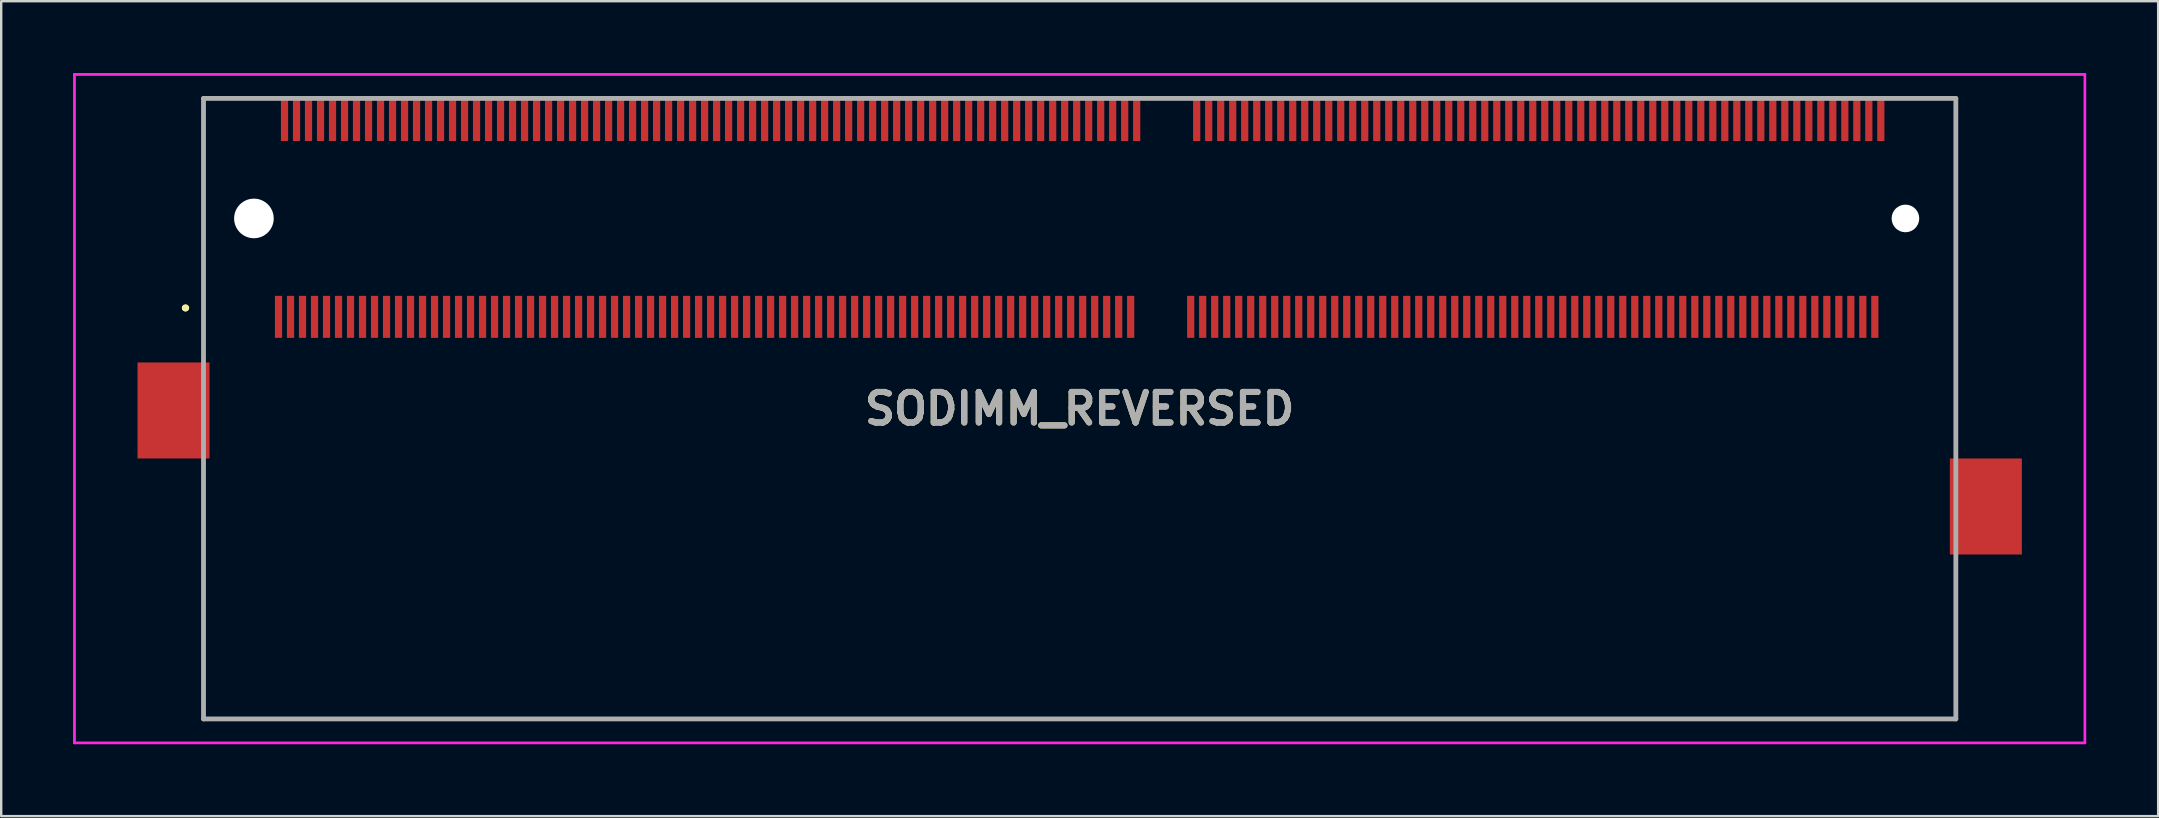
<source format=kicad_pcb>
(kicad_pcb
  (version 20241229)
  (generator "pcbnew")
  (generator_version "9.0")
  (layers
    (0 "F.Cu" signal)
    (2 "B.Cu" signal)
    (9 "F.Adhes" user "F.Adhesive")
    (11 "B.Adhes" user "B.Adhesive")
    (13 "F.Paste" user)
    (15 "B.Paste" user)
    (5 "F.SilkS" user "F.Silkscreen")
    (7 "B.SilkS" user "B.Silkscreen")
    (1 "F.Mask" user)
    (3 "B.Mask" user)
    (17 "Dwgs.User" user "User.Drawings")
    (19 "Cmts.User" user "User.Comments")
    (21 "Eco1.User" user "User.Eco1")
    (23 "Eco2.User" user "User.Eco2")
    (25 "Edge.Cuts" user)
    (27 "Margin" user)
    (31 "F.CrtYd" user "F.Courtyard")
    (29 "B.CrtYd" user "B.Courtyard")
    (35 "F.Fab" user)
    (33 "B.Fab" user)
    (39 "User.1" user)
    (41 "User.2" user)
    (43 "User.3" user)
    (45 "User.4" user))
  (footprint "SODIMM_REVERSED"
    (layer "F.Cu")
    (at 41.928 13.975)
    (property "Reference" "SODIMM_REVERSED" (at 0 0 0) (layer "F.SilkS") (effects (font (size 1.27 1.27) (thickness 0.254))))
    (attr through_hole)
    (fp_line (start -37.3 -4.2) (end -37.3 -4.2) (stroke (width 0.2) (type solid)) (layer "F.SilkS"))
    (fp_line (start -37.3 -4.2) (end -37.3 -4.2) (stroke (width 0.2) (type solid)) (layer "F.SilkS"))
    (fp_line (start -37.2 -4.2) (end -37.2 -4.2) (stroke (width 0.2) (type solid)) (layer "F.SilkS"))
    (fp_line (start -36.5 -12.925) (end -36.5 -12.925) (stroke (width 0.1) (type solid)) (layer "F.SilkS"))
    (fp_line (start -36.5 -12.925) (end -36.5 -12.925) (stroke (width 0.1) (type solid)) (layer "F.SilkS"))
    (fp_line (start -36.5 -12.925) (end -36.5 -3.75) (stroke (width 0.1) (type solid)) (layer "F.SilkS"))
    (fp_line (start -36.5 -12.925) (end -34.4 -12.925) (stroke (width 0.1) (type solid)) (layer "F.SilkS"))
    (fp_line (start -36.5 -3.75) (end -36.5 -12.925) (stroke (width 0.1) (type solid)) (layer "F.SilkS"))
    (fp_line (start -36.5 -3.75) (end -36.5 -3.75) (stroke (width 0.1) (type solid)) (layer "F.SilkS"))
    (fp_line (start -36.5 3.75) (end -36.5 3.75) (stroke (width 0.1) (type solid)) (layer "F.SilkS"))
    (fp_line (start -36.5 3.75) (end -36.5 12.925) (stroke (width 0.1) (type solid)) (layer "F.SilkS"))
    (fp_line (start -36.5 12.925) (end -36.5 3.75) (stroke (width 0.1) (type solid)) (layer "F.SilkS"))
    (fp_line (start -36.5 12.925) (end -36.5 12.925) (stroke (width 0.1) (type solid)) (layer "F.SilkS"))
    (fp_line (start -36.5 12.925) (end -36.5 12.925) (stroke (width 0.1) (type solid)) (layer "F.SilkS"))
    (fp_line (start -36.5 12.925) (end 36.5 12.925) (stroke (width 0.1) (type solid)) (layer "F.SilkS"))
    (fp_line (start -34.4 -12.925) (end -36.5 -12.925) (stroke (width 0.1) (type solid)) (layer "F.SilkS"))
    (fp_line (start -34.4 -12.925) (end -34.4 -12.925) (stroke (width 0.1) (type solid)) (layer "F.SilkS"))
    (fp_line (start 34.4 -12.925) (end 34.4 -12.925) (stroke (width 0.1) (type solid)) (layer "F.SilkS"))
    (fp_line (start 34.4 -12.925) (end 36.5 -12.925) (stroke (width 0.1) (type solid)) (layer "F.SilkS"))
    (fp_line (start 36.5 -12.925) (end 34.4 -12.925) (stroke (width 0.1) (type solid)) (layer "F.SilkS"))
    (fp_line (start 36.5 -12.925) (end 36.5 -12.925) (stroke (width 0.1) (type solid)) (layer "F.SilkS"))
    (fp_line (start 36.5 -12.75) (end 36.5 -12.75) (stroke (width 0.1) (type solid)) (layer "F.SilkS"))
    (fp_line (start 36.5 -12.75) (end 36.5 0.25) (stroke (width 0.1) (type solid)) (layer "F.SilkS"))
    (fp_line (start 36.5 0.25) (end 36.5 -12.75) (stroke (width 0.1) (type solid)) (layer "F.SilkS"))
    (fp_line (start 36.5 0.25) (end 36.5 0.25) (stroke (width 0.1) (type solid)) (layer "F.SilkS"))
    (fp_line (start 36.5 8.25) (end 36.5 8.25) (stroke (width 0.1) (type solid)) (layer "F.SilkS"))
    (fp_line (start 36.5 8.25) (end 36.5 12.925) (stroke (width 0.1) (type solid)) (layer "F.SilkS"))
    (fp_line (start 36.5 12.925) (end -36.5 12.925) (stroke (width 0.1) (type solid)) (layer "F.SilkS"))
    (fp_line (start 36.5 12.925) (end 36.5 8.25) (stroke (width 0.1) (type solid)) (layer "F.SilkS"))
    (fp_line (start 36.5 12.925) (end 36.5 12.925) (stroke (width 0.1) (type solid)) (layer "F.SilkS"))
    (fp_line (start 36.5 12.925) (end 36.5 12.925) (stroke (width 0.1) (type solid)) (layer "F.SilkS"))
    (fp_arc (start -37.3 -4.2) (mid -37.25 -4.25) (end -37.2 -4.2) (stroke (width 0.2) (type solid)) (layer "F.SilkS"))
    (fp_arc (start -37.2 -4.2) (mid -37.25 -4.15) (end -37.3 -4.2) (stroke (width 0.2) (type solid)) (layer "F.SilkS"))
    (fp_arc (start -37.2 -4.2) (mid -37.25 -4.15) (end -37.3 -4.2) (stroke (width 0.2) (type solid)) (layer "F.SilkS"))
    (fp_line (start -41.878 -13.925) (end 41.877 -13.925) (stroke (width 0.1) (type solid)) (layer "F.CrtYd"))
    (fp_line (start -41.878 13.925) (end -41.878 -13.925) (stroke (width 0.1) (type solid)) (layer "F.CrtYd"))
    (fp_line (start -41.877 -13.925) (end 41.878 -13.925) (stroke (width 0.1) (type solid)) (layer "F.CrtYd"))
    (fp_line (start -41.877 13.925) (end -41.877 -13.925) (stroke (width 0.1) (type solid)) (layer "F.CrtYd"))
    (fp_line (start 41.877 -13.925) (end 41.877 13.925) (stroke (width 0.1) (type solid)) (layer "F.CrtYd"))
    (fp_line (start 41.877 13.925) (end -41.878 13.925) (stroke (width 0.1) (type solid)) (layer "F.CrtYd"))
    (fp_line (start 41.878 -13.925) (end 41.878 13.925) (stroke (width 0.1) (type solid)) (layer "F.CrtYd"))
    (fp_line (start 41.878 13.925) (end -41.877 13.925) (stroke (width 0.1) (type solid)) (layer "F.CrtYd"))
    (fp_line (start -36.5 -12.925) (end -36.5 12.925) (stroke (width 0.2) (type solid)) (layer "F.Fab"))
    (fp_line (start -36.5 12.925) (end 36.5 12.925) (stroke (width 0.2) (type solid)) (layer "F.Fab"))
    (fp_line (start 36.5 -12.925) (end -36.5 -12.925) (stroke (width 0.2) (type solid)) (layer "F.Fab"))
    (fp_line (start 36.5 12.925) (end 36.5 -12.925) (stroke (width 0.2) (type solid)) (layer "F.Fab"))
    (fp_text user "${REFERENCE}" (at 0 0 0) (layer "F.Fab") (effects (font (size 1.27 1.27) (thickness 0.254))))
    (pad "" smd rect (at -37.75 0.075) (size 3 4) (layers "F.Cu" "F.Mask"))
    (pad "" np_thru_hole circle (at -34.4 -7.925) (size 1.65 1.65) (drill 1.65) (layers "*.Cu" "*.Mask"))
    (pad "" np_thru_hole circle (at 34.4 -7.925) (size 1.15 1.15) (drill 1.15) (layers "*.Cu" "*.Mask"))
    (pad "" smd rect (at 37.75 4.075) (size 3 4) (layers "F.Cu" "F.Mask"))
    (pad "1" smd rect (at -33.375 -3.825) (size 0.3 1.75) (layers "F.Cu" "F.Mask" "F.Paste"))
    (pad "2" smd rect (at -33.125 -12.025) (size 0.3 1.75) (layers "F.Cu" "F.Mask" "F.Paste"))
    (pad "3" smd rect (at -32.875 -3.825) (size 0.3 1.75) (layers "F.Cu" "F.Mask" "F.Paste"))
    (pad "4" smd rect (at -32.625 -12.025) (size 0.3 1.75) (layers "F.Cu" "F.Mask" "F.Paste"))
    (pad "5" smd rect (at -32.375 -3.825) (size 0.3 1.75) (layers "F.Cu" "F.Mask" "F.Paste"))
    (pad "6" smd rect (at -32.125 -12.025) (size 0.3 1.75) (layers "F.Cu" "F.Mask" "F.Paste"))
    (pad "7" smd rect (at -31.875 -3.825) (size 0.3 1.75) (layers "F.Cu" "F.Mask" "F.Paste"))
    (pad "8" smd rect (at -31.625 -12.025) (size 0.3 1.75) (layers "F.Cu" "F.Mask" "F.Paste"))
    (pad "9" smd rect (at -31.375 -3.825) (size 0.3 1.75) (layers "F.Cu" "F.Mask" "F.Paste"))
    (pad "10" smd rect (at -31.125 -12.025) (size 0.3 1.75) (layers "F.Cu" "F.Mask" "F.Paste"))
    (pad "11" smd rect (at -30.875 -3.825) (size 0.3 1.75) (layers "F.Cu" "F.Mask" "F.Paste"))
    (pad "12" smd rect (at -30.625 -12.025) (size 0.3 1.75) (layers "F.Cu" "F.Mask" "F.Paste"))
    (pad "13" smd rect (at -30.375 -3.825) (size 0.3 1.75) (layers "F.Cu" "F.Mask" "F.Paste"))
    (pad "14" smd rect (at -30.125 -12.025) (size 0.3 1.75) (layers "F.Cu" "F.Mask" "F.Paste"))
    (pad "15" smd rect (at -29.875 -3.825) (size 0.3 1.75) (layers "F.Cu" "F.Mask" "F.Paste"))
    (pad "16" smd rect (at -29.625 -12.025) (size 0.3 1.75) (layers "F.Cu" "F.Mask" "F.Paste"))
    (pad "17" smd rect (at -29.375 -3.825) (size 0.3 1.75) (layers "F.Cu" "F.Mask" "F.Paste"))
    (pad "18" smd rect (at -29.125 -12.025) (size 0.3 1.75) (layers "F.Cu" "F.Mask" "F.Paste"))
    (pad "19" smd rect (at -28.875 -3.825) (size 0.3 1.75) (layers "F.Cu" "F.Mask" "F.Paste"))
    (pad "20" smd rect (at -28.625 -12.025) (size 0.3 1.75) (layers "F.Cu" "F.Mask" "F.Paste"))
    (pad "21" smd rect (at -28.375 -3.825) (size 0.3 1.75) (layers "F.Cu" "F.Mask" "F.Paste"))
    (pad "22" smd rect (at -28.125 -12.025) (size 0.3 1.75) (layers "F.Cu" "F.Mask" "F.Paste"))
    (pad "23" smd rect (at -27.875 -3.825) (size 0.3 1.75) (layers "F.Cu" "F.Mask" "F.Paste"))
    (pad "24" smd rect (at -27.625 -12.025) (size 0.3 1.75) (layers "F.Cu" "F.Mask" "F.Paste"))
    (pad "25" smd rect (at -27.375 -3.825) (size 0.3 1.75) (layers "F.Cu" "F.Mask" "F.Paste"))
    (pad "26" smd rect (at -27.125 -12.025) (size 0.3 1.75) (layers "F.Cu" "F.Mask" "F.Paste"))
    (pad "27" smd rect (at -26.875 -3.825) (size 0.3 1.75) (layers "F.Cu" "F.Mask" "F.Paste"))
    (pad "28" smd rect (at -26.625 -12.025) (size 0.3 1.75) (layers "F.Cu" "F.Mask" "F.Paste"))
    (pad "29" smd rect (at -26.375 -3.825) (size 0.3 1.75) (layers "F.Cu" "F.Mask" "F.Paste"))
    (pad "30" smd rect (at -26.125 -12.025) (size 0.3 1.75) (layers "F.Cu" "F.Mask" "F.Paste"))
    (pad "31" smd rect (at -25.875 -3.825) (size 0.3 1.75) (layers "F.Cu" "F.Mask" "F.Paste"))
    (pad "32" smd rect (at -25.625 -12.025) (size 0.3 1.75) (layers "F.Cu" "F.Mask" "F.Paste"))
    (pad "33" smd rect (at -25.375 -3.825) (size 0.3 1.75) (layers "F.Cu" "F.Mask" "F.Paste"))
    (pad "34" smd rect (at -25.125 -12.025) (size 0.3 1.75) (layers "F.Cu" "F.Mask" "F.Paste"))
    (pad "35" smd rect (at -24.875 -3.825) (size 0.3 1.75) (layers "F.Cu" "F.Mask" "F.Paste"))
    (pad "36" smd rect (at -24.625 -12.025) (size 0.3 1.75) (layers "F.Cu" "F.Mask" "F.Paste"))
    (pad "37" smd rect (at -24.375 -3.825) (size 0.3 1.75) (layers "F.Cu" "F.Mask" "F.Paste"))
    (pad "38" smd rect (at -24.125 -12.025) (size 0.3 1.75) (layers "F.Cu" "F.Mask" "F.Paste"))
    (pad "39" smd rect (at -23.875 -3.825) (size 0.3 1.75) (layers "F.Cu" "F.Mask" "F.Paste"))
    (pad "40" smd rect (at -23.625 -12.025) (size 0.3 1.75) (layers "F.Cu" "F.Mask" "F.Paste"))
    (pad "41" smd rect (at -23.375 -3.825) (size 0.3 1.75) (layers "F.Cu" "F.Mask" "F.Paste"))
    (pad "42" smd rect (at -23.125 -12.025) (size 0.3 1.75) (layers "F.Cu" "F.Mask" "F.Paste"))
    (pad "43" smd rect (at -22.875 -3.825) (size 0.3 1.75) (layers "F.Cu" "F.Mask" "F.Paste"))
    (pad "44" smd rect (at -22.625 -12.025) (size 0.3 1.75) (layers "F.Cu" "F.Mask" "F.Paste"))
    (pad "45" smd rect (at -22.375 -3.825) (size 0.3 1.75) (layers "F.Cu" "F.Mask" "F.Paste"))
    (pad "46" smd rect (at -22.125 -12.025) (size 0.3 1.75) (layers "F.Cu" "F.Mask" "F.Paste"))
    (pad "47" smd rect (at -21.875 -3.825) (size 0.3 1.75) (layers "F.Cu" "F.Mask" "F.Paste"))
    (pad "48" smd rect (at -21.625 -12.025) (size 0.3 1.75) (layers "F.Cu" "F.Mask" "F.Paste"))
    (pad "49" smd rect (at -21.375 -3.825) (size 0.3 1.75) (layers "F.Cu" "F.Mask" "F.Paste"))
    (pad "50" smd rect (at -21.125 -12.025) (size 0.3 1.75) (layers "F.Cu" "F.Mask" "F.Paste"))
    (pad "51" smd rect (at -20.875 -3.825) (size 0.3 1.75) (layers "F.Cu" "F.Mask" "F.Paste"))
    (pad "52" smd rect (at -20.625 -12.025) (size 0.3 1.75) (layers "F.Cu" "F.Mask" "F.Paste"))
    (pad "53" smd rect (at -20.375 -3.825) (size 0.3 1.75) (layers "F.Cu" "F.Mask" "F.Paste"))
    (pad "54" smd rect (at -20.125 -12.025) (size 0.3 1.75) (layers "F.Cu" "F.Mask" "F.Paste"))
    (pad "55" smd rect (at -19.875 -3.825) (size 0.3 1.75) (layers "F.Cu" "F.Mask" "F.Paste"))
    (pad "56" smd rect (at -19.625 -12.025) (size 0.3 1.75) (layers "F.Cu" "F.Mask" "F.Paste"))
    (pad "57" smd rect (at -19.375 -3.825) (size 0.3 1.75) (layers "F.Cu" "F.Mask" "F.Paste"))
    (pad "58" smd rect (at -19.125 -12.025) (size 0.3 1.75) (layers "F.Cu" "F.Mask" "F.Paste"))
    (pad "59" smd rect (at -18.875 -3.825) (size 0.3 1.75) (layers "F.Cu" "F.Mask" "F.Paste"))
    (pad "60" smd rect (at -18.625 -12.025) (size 0.3 1.75) (layers "F.Cu" "F.Mask" "F.Paste"))
    (pad "61" smd rect (at -18.375 -3.825) (size 0.3 1.75) (layers "F.Cu" "F.Mask" "F.Paste"))
    (pad "62" smd rect (at -18.125 -12.025) (size 0.3 1.75) (layers "F.Cu" "F.Mask" "F.Paste"))
    (pad "63" smd rect (at -17.875 -3.825) (size 0.3 1.75) (layers "F.Cu" "F.Mask" "F.Paste"))
    (pad "64" smd rect (at -17.625 -12.025) (size 0.3 1.75) (layers "F.Cu" "F.Mask" "F.Paste"))
    (pad "65" smd rect (at -17.375 -3.825) (size 0.3 1.75) (layers "F.Cu" "F.Mask" "F.Paste"))
    (pad "66" smd rect (at -17.125 -12.025) (size 0.3 1.75) (layers "F.Cu" "F.Mask" "F.Paste"))
    (pad "67" smd rect (at -16.875 -3.825) (size 0.3 1.75) (layers "F.Cu" "F.Mask" "F.Paste"))
    (pad "68" smd rect (at -16.625 -12.025) (size 0.3 1.75) (layers "F.Cu" "F.Mask" "F.Paste"))
    (pad "69" smd rect (at -16.375 -3.825) (size 0.3 1.75) (layers "F.Cu" "F.Mask" "F.Paste"))
    (pad "70" smd rect (at -16.125 -12.025) (size 0.3 1.75) (layers "F.Cu" "F.Mask" "F.Paste"))
    (pad "71" smd rect (at -15.875 -3.825) (size 0.3 1.75) (layers "F.Cu" "F.Mask" "F.Paste"))
    (pad "72" smd rect (at -15.625 -12.025) (size 0.3 1.75) (layers "F.Cu" "F.Mask" "F.Paste"))
    (pad "73" smd rect (at -15.375 -3.825) (size 0.3 1.75) (layers "F.Cu" "F.Mask" "F.Paste"))
    (pad "74" smd rect (at -15.125 -12.025) (size 0.3 1.75) (layers "F.Cu" "F.Mask" "F.Paste"))
    (pad "75" smd rect (at -14.875 -3.825) (size 0.3 1.75) (layers "F.Cu" "F.Mask" "F.Paste"))
    (pad "76" smd rect (at -14.625 -12.025) (size 0.3 1.75) (layers "F.Cu" "F.Mask" "F.Paste"))
    (pad "77" smd rect (at -14.375 -3.825) (size 0.3 1.75) (layers "F.Cu" "F.Mask" "F.Paste"))
    (pad "78" smd rect (at -14.125 -12.025) (size 0.3 1.75) (layers "F.Cu" "F.Mask" "F.Paste"))
    (pad "79" smd rect (at -13.875 -3.825) (size 0.3 1.75) (layers "F.Cu" "F.Mask" "F.Paste"))
    (pad "80" smd rect (at -13.625 -12.025) (size 0.3 1.75) (layers "F.Cu" "F.Mask" "F.Paste"))
    (pad "81" smd rect (at -13.375 -3.825) (size 0.3 1.75) (layers "F.Cu" "F.Mask" "F.Paste"))
    (pad "82" smd rect (at -13.125 -12.025) (size 0.3 1.75) (layers "F.Cu" "F.Mask" "F.Paste"))
    (pad "83" smd rect (at -12.875 -3.825) (size 0.3 1.75) (layers "F.Cu" "F.Mask" "F.Paste"))
    (pad "84" smd rect (at -12.625 -12.025) (size 0.3 1.75) (layers "F.Cu" "F.Mask" "F.Paste"))
    (pad "85" smd rect (at -12.375 -3.825) (size 0.3 1.75) (layers "F.Cu" "F.Mask" "F.Paste"))
    (pad "86" smd rect (at -12.125 -12.025) (size 0.3 1.75) (layers "F.Cu" "F.Mask" "F.Paste"))
    (pad "87" smd rect (at -11.875 -3.825) (size 0.3 1.75) (layers "F.Cu" "F.Mask" "F.Paste"))
    (pad "88" smd rect (at -11.625 -12.025) (size 0.3 1.75) (layers "F.Cu" "F.Mask" "F.Paste"))
    (pad "89" smd rect (at -11.375 -3.825) (size 0.3 1.75) (layers "F.Cu" "F.Mask" "F.Paste"))
    (pad "90" smd rect (at -11.125 -12.025) (size 0.3 1.75) (layers "F.Cu" "F.Mask" "F.Paste"))
    (pad "91" smd rect (at -10.875 -3.825) (size 0.3 1.75) (layers "F.Cu" "F.Mask" "F.Paste"))
    (pad "92" smd rect (at -10.625 -12.025) (size 0.3 1.75) (layers "F.Cu" "F.Mask" "F.Paste"))
    (pad "93" smd rect (at -10.375 -3.825) (size 0.3 1.75) (layers "F.Cu" "F.Mask" "F.Paste"))
    (pad "94" smd rect (at -10.125 -12.025) (size 0.3 1.75) (layers "F.Cu" "F.Mask" "F.Paste"))
    (pad "95" smd rect (at -9.875 -3.825) (size 0.3 1.75) (layers "F.Cu" "F.Mask" "F.Paste"))
    (pad "96" smd rect (at -9.625 -12.025) (size 0.3 1.75) (layers "F.Cu" "F.Mask" "F.Paste"))
    (pad "97" smd rect (at -9.375 -3.825) (size 0.3 1.75) (layers "F.Cu" "F.Mask" "F.Paste"))
    (pad "98" smd rect (at -9.125 -12.025) (size 0.3 1.75) (layers "F.Cu" "F.Mask" "F.Paste"))
    (pad "99" smd rect (at -8.875 -3.825) (size 0.3 1.75) (layers "F.Cu" "F.Mask" "F.Paste"))
    (pad "100" smd rect (at -8.625 -12.025) (size 0.3 1.75) (layers "F.Cu" "F.Mask" "F.Paste"))
    (pad "101" smd rect (at -8.375 -3.825) (size 0.3 1.75) (layers "F.Cu" "F.Mask" "F.Paste"))
    (pad "102" smd rect (at -8.125 -12.025) (size 0.3 1.75) (layers "F.Cu" "F.Mask" "F.Paste"))
    (pad "103" smd rect (at -7.875 -3.825) (size 0.3 1.75) (layers "F.Cu" "F.Mask" "F.Paste"))
    (pad "104" smd rect (at -7.625 -12.025) (size 0.3 1.75) (layers "F.Cu" "F.Mask" "F.Paste"))
    (pad "105" smd rect (at -7.375 -3.825) (size 0.3 1.75) (layers "F.Cu" "F.Mask" "F.Paste"))
    (pad "106" smd rect (at -7.125 -12.025) (size 0.3 1.75) (layers "F.Cu" "F.Mask" "F.Paste"))
    (pad "107" smd rect (at -6.875 -3.825) (size 0.3 1.75) (layers "F.Cu" "F.Mask" "F.Paste"))
    (pad "108" smd rect (at -6.625 -12.025) (size 0.3 1.75) (layers "F.Cu" "F.Mask" "F.Paste"))
    (pad "109" smd rect (at -6.375 -3.825) (size 0.3 1.75) (layers "F.Cu" "F.Mask" "F.Paste"))
    (pad "110" smd rect (at -6.125 -12.025) (size 0.3 1.75) (layers "F.Cu" "F.Mask" "F.Paste"))
    (pad "111" smd rect (at -5.875 -3.825) (size 0.3 1.75) (layers "F.Cu" "F.Mask" "F.Paste"))
    (pad "112" smd rect (at -5.625 -12.025) (size 0.3 1.75) (layers "F.Cu" "F.Mask" "F.Paste"))
    (pad "113" smd rect (at -5.375 -3.825) (size 0.3 1.75) (layers "F.Cu" "F.Mask" "F.Paste"))
    (pad "114" smd rect (at -5.125 -12.025) (size 0.3 1.75) (layers "F.Cu" "F.Mask" "F.Paste"))
    (pad "115" smd rect (at -4.875 -3.825) (size 0.3 1.75) (layers "F.Cu" "F.Mask" "F.Paste"))
    (pad "116" smd rect (at -4.625 -12.025) (size 0.3 1.75) (layers "F.Cu" "F.Mask" "F.Paste"))
    (pad "117" smd rect (at -4.375 -3.825) (size 0.3 1.75) (layers "F.Cu" "F.Mask" "F.Paste"))
    (pad "118" smd rect (at -4.125 -12.025) (size 0.3 1.75) (layers "F.Cu" "F.Mask" "F.Paste"))
    (pad "119" smd rect (at -3.875 -3.825) (size 0.3 1.75) (layers "F.Cu" "F.Mask" "F.Paste"))
    (pad "120" smd rect (at -3.625 -12.025) (size 0.3 1.75) (layers "F.Cu" "F.Mask" "F.Paste"))
    (pad "121" smd rect (at -3.375 -3.825) (size 0.3 1.75) (layers "F.Cu" "F.Mask" "F.Paste"))
    (pad "122" smd rect (at -3.125 -12.025) (size 0.3 1.75) (layers "F.Cu" "F.Mask" "F.Paste"))
    (pad "123" smd rect (at -2.875 -3.825) (size 0.3 1.75) (layers "F.Cu" "F.Mask" "F.Paste"))
    (pad "124" smd rect (at -2.625 -12.025) (size 0.3 1.75) (layers "F.Cu" "F.Mask" "F.Paste"))
    (pad "125" smd rect (at -2.375 -3.825) (size 0.3 1.75) (layers "F.Cu" "F.Mask" "F.Paste"))
    (pad "126" smd rect (at -2.125 -12.025) (size 0.3 1.75) (layers "F.Cu" "F.Mask" "F.Paste"))
    (pad "127" smd rect (at -1.875 -3.825) (size 0.3 1.75) (layers "F.Cu" "F.Mask" "F.Paste"))
    (pad "128" smd rect (at -1.625 -12.025) (size 0.3 1.75) (layers "F.Cu" "F.Mask" "F.Paste"))
    (pad "129" smd rect (at -1.375 -3.825) (size 0.3 1.75) (layers "F.Cu" "F.Mask" "F.Paste"))
    (pad "130" smd rect (at -1.125 -12.025) (size 0.3 1.75) (layers "F.Cu" "F.Mask" "F.Paste"))
    (pad "131" smd rect (at -0.875 -3.825) (size 0.3 1.75) (layers "F.Cu" "F.Mask" "F.Paste"))
    (pad "132" smd rect (at -0.625 -12.025) (size 0.3 1.75) (layers "F.Cu" "F.Mask" "F.Paste"))
    (pad "133" smd rect (at -0.375 -3.825) (size 0.3 1.75) (layers "F.Cu" "F.Mask" "F.Paste"))
    (pad "134" smd rect (at -0.125 -12.025) (size 0.3 1.75) (layers "F.Cu" "F.Mask" "F.Paste"))
    (pad "135" smd rect (at 0.125 -3.825) (size 0.3 1.75) (layers "F.Cu" "F.Mask" "F.Paste"))
    (pad "136" smd rect (at 0.375 -12.025) (size 0.3 1.75) (layers "F.Cu" "F.Mask" "F.Paste"))
    (pad "137" smd rect (at 0.625 -3.825) (size 0.3 1.75) (layers "F.Cu" "F.Mask" "F.Paste"))
    (pad "138" smd rect (at 0.875 -12.025) (size 0.3 1.75) (layers "F.Cu" "F.Mask" "F.Paste"))
    (pad "139" smd rect (at 1.125 -3.825) (size 0.3 1.75) (layers "F.Cu" "F.Mask" "F.Paste"))
    (pad "140" smd rect (at 1.375 -12.025) (size 0.3 1.75) (layers "F.Cu" "F.Mask" "F.Paste"))
    (pad "141" smd rect (at 1.625 -3.825) (size 0.3 1.75) (layers "F.Cu" "F.Mask" "F.Paste"))
    (pad "142" smd rect (at 1.875 -12.025) (size 0.3 1.75) (layers "F.Cu" "F.Mask" "F.Paste"))
    (pad "143" smd rect (at 2.125 -3.825) (size 0.3 1.75) (layers "F.Cu" "F.Mask" "F.Paste"))
    (pad "144" smd rect (at 2.375 -12.025) (size 0.3 1.75) (layers "F.Cu" "F.Mask" "F.Paste"))
    (pad "145" smd rect (at 4.625 -3.825) (size 0.3 1.75) (layers "F.Cu" "F.Mask" "F.Paste"))
    (pad "146" smd rect (at 4.875 -12.025) (size 0.3 1.75) (layers "F.Cu" "F.Mask" "F.Paste"))
    (pad "147" smd rect (at 5.125 -3.825) (size 0.3 1.75) (layers "F.Cu" "F.Mask" "F.Paste"))
    (pad "148" smd rect (at 5.375 -12.025) (size 0.3 1.75) (layers "F.Cu" "F.Mask" "F.Paste"))
    (pad "149" smd rect (at 5.625 -3.825) (size 0.3 1.75) (layers "F.Cu" "F.Mask" "F.Paste"))
    (pad "150" smd rect (at 5.875 -12.025) (size 0.3 1.75) (layers "F.Cu" "F.Mask" "F.Paste"))
    (pad "151" smd rect (at 6.125 -3.825) (size 0.3 1.75) (layers "F.Cu" "F.Mask" "F.Paste"))
    (pad "152" smd rect (at 6.375 -12.025) (size 0.3 1.75) (layers "F.Cu" "F.Mask" "F.Paste"))
    (pad "153" smd rect (at 6.625 -3.825) (size 0.3 1.75) (layers "F.Cu" "F.Mask" "F.Paste"))
    (pad "154" smd rect (at 6.875 -12.025) (size 0.3 1.75) (layers "F.Cu" "F.Mask" "F.Paste"))
    (pad "155" smd rect (at 7.125 -3.825) (size 0.3 1.75) (layers "F.Cu" "F.Mask" "F.Paste"))
    (pad "156" smd rect (at 7.375 -12.025) (size 0.3 1.75) (layers "F.Cu" "F.Mask" "F.Paste"))
    (pad "157" smd rect (at 7.625 -3.825) (size 0.3 1.75) (layers "F.Cu" "F.Mask" "F.Paste"))
    (pad "158" smd rect (at 7.875 -12.025) (size 0.3 1.75) (layers "F.Cu" "F.Mask" "F.Paste"))
    (pad "159" smd rect (at 8.125 -3.825) (size 0.3 1.75) (layers "F.Cu" "F.Mask" "F.Paste"))
    (pad "160" smd rect (at 8.375 -12.025) (size 0.3 1.75) (layers "F.Cu" "F.Mask" "F.Paste"))
    (pad "161" smd rect (at 8.625 -3.825) (size 0.3 1.75) (layers "F.Cu" "F.Mask" "F.Paste"))
    (pad "162" smd rect (at 8.875 -12.025) (size 0.3 1.75) (layers "F.Cu" "F.Mask" "F.Paste"))
    (pad "163" smd rect (at 9.125 -3.825) (size 0.3 1.75) (layers "F.Cu" "F.Mask" "F.Paste"))
    (pad "164" smd rect (at 9.375 -12.025) (size 0.3 1.75) (layers "F.Cu" "F.Mask" "F.Paste"))
    (pad "165" smd rect (at 9.625 -3.825) (size 0.3 1.75) (layers "F.Cu" "F.Mask" "F.Paste"))
    (pad "166" smd rect (at 9.875 -12.025) (size 0.3 1.75) (layers "F.Cu" "F.Mask" "F.Paste"))
    (pad "167" smd rect (at 10.125 -3.825) (size 0.3 1.75) (layers "F.Cu" "F.Mask" "F.Paste"))
    (pad "168" smd rect (at 10.375 -12.025) (size 0.3 1.75) (layers "F.Cu" "F.Mask" "F.Paste"))
    (pad "169" smd rect (at 10.625 -3.825) (size 0.3 1.75) (layers "F.Cu" "F.Mask" "F.Paste"))
    (pad "170" smd rect (at 10.875 -12.025) (size 0.3 1.75) (layers "F.Cu" "F.Mask" "F.Paste"))
    (pad "171" smd rect (at 11.125 -3.825) (size 0.3 1.75) (layers "F.Cu" "F.Mask" "F.Paste"))
    (pad "172" smd rect (at 11.375 -12.025) (size 0.3 1.75) (layers "F.Cu" "F.Mask" "F.Paste"))
    (pad "173" smd rect (at 11.625 -3.825) (size 0.3 1.75) (layers "F.Cu" "F.Mask" "F.Paste"))
    (pad "174" smd rect (at 11.875 -12.025) (size 0.3 1.75) (layers "F.Cu" "F.Mask" "F.Paste"))
    (pad "175" smd rect (at 12.125 -3.825) (size 0.3 1.75) (layers "F.Cu" "F.Mask" "F.Paste"))
    (pad "176" smd rect (at 12.375 -12.025) (size 0.3 1.75) (layers "F.Cu" "F.Mask" "F.Paste"))
    (pad "177" smd rect (at 12.625 -3.825) (size 0.3 1.75) (layers "F.Cu" "F.Mask" "F.Paste"))
    (pad "178" smd rect (at 12.875 -12.025) (size 0.3 1.75) (layers "F.Cu" "F.Mask" "F.Paste"))
    (pad "179" smd rect (at 13.125 -3.825) (size 0.3 1.75) (layers "F.Cu" "F.Mask" "F.Paste"))
    (pad "180" smd rect (at 13.375 -12.025) (size 0.3 1.75) (layers "F.Cu" "F.Mask" "F.Paste"))
    (pad "181" smd rect (at 13.625 -3.825) (size 0.3 1.75) (layers "F.Cu" "F.Mask" "F.Paste"))
    (pad "182" smd rect (at 13.875 -12.025) (size 0.3 1.75) (layers "F.Cu" "F.Mask" "F.Paste"))
    (pad "183" smd rect (at 14.125 -3.825) (size 0.3 1.75) (layers "F.Cu" "F.Mask" "F.Paste"))
    (pad "184" smd rect (at 14.375 -12.025) (size 0.3 1.75) (layers "F.Cu" "F.Mask" "F.Paste"))
    (pad "185" smd rect (at 14.625 -3.825) (size 0.3 1.75) (layers "F.Cu" "F.Mask" "F.Paste"))
    (pad "186" smd rect (at 14.875 -12.025) (size 0.3 1.75) (layers "F.Cu" "F.Mask" "F.Paste"))
    (pad "187" smd rect (at 15.125 -3.825) (size 0.3 1.75) (layers "F.Cu" "F.Mask" "F.Paste"))
    (pad "188" smd rect (at 15.375 -12.025) (size 0.3 1.75) (layers "F.Cu" "F.Mask" "F.Paste"))
    (pad "189" smd rect (at 15.625 -3.825) (size 0.3 1.75) (layers "F.Cu" "F.Mask" "F.Paste"))
    (pad "190" smd rect (at 15.875 -12.025) (size 0.3 1.75) (layers "F.Cu" "F.Mask" "F.Paste"))
    (pad "191" smd rect (at 16.125 -3.825) (size 0.3 1.75) (layers "F.Cu" "F.Mask" "F.Paste"))
    (pad "192" smd rect (at 16.375 -12.025) (size 0.3 1.75) (layers "F.Cu" "F.Mask" "F.Paste"))
    (pad "193" smd rect (at 16.625 -3.825) (size 0.3 1.75) (layers "F.Cu" "F.Mask" "F.Paste"))
    (pad "194" smd rect (at 16.875 -12.025) (size 0.3 1.75) (layers "F.Cu" "F.Mask" "F.Paste"))
    (pad "195" smd rect (at 17.125 -3.825) (size 0.3 1.75) (layers "F.Cu" "F.Mask" "F.Paste"))
    (pad "196" smd rect (at 17.375 -12.025) (size 0.3 1.75) (layers "F.Cu" "F.Mask" "F.Paste"))
    (pad "197" smd rect (at 17.625 -3.825) (size 0.3 1.75) (layers "F.Cu" "F.Mask" "F.Paste"))
    (pad "198" smd rect (at 17.875 -12.025) (size 0.3 1.75) (layers "F.Cu" "F.Mask" "F.Paste"))
    (pad "199" smd rect (at 18.125 -3.825) (size 0.3 1.75) (layers "F.Cu" "F.Mask" "F.Paste"))
    (pad "200" smd rect (at 18.375 -12.025) (size 0.3 1.75) (layers "F.Cu" "F.Mask" "F.Paste"))
    (pad "201" smd rect (at 18.625 -3.825) (size 0.3 1.75) (layers "F.Cu" "F.Mask" "F.Paste"))
    (pad "202" smd rect (at 18.875 -12.025) (size 0.3 1.75) (layers "F.Cu" "F.Mask" "F.Paste"))
    (pad "203" smd rect (at 19.125 -3.825) (size 0.3 1.75) (layers "F.Cu" "F.Mask" "F.Paste"))
    (pad "204" smd rect (at 19.375 -12.025) (size 0.3 1.75) (layers "F.Cu" "F.Mask" "F.Paste"))
    (pad "205" smd rect (at 19.625 -3.825) (size 0.3 1.75) (layers "F.Cu" "F.Mask" "F.Paste"))
    (pad "206" smd rect (at 19.875 -12.025) (size 0.3 1.75) (layers "F.Cu" "F.Mask" "F.Paste"))
    (pad "207" smd rect (at 20.125 -3.825) (size 0.3 1.75) (layers "F.Cu" "F.Mask" "F.Paste"))
    (pad "208" smd rect (at 20.375 -12.025) (size 0.3 1.75) (layers "F.Cu" "F.Mask" "F.Paste"))
    (pad "209" smd rect (at 20.625 -3.825) (size 0.3 1.75) (layers "F.Cu" "F.Mask" "F.Paste"))
    (pad "210" smd rect (at 20.875 -12.025) (size 0.3 1.75) (layers "F.Cu" "F.Mask" "F.Paste"))
    (pad "211" smd rect (at 21.125 -3.825) (size 0.3 1.75) (layers "F.Cu" "F.Mask" "F.Paste"))
    (pad "212" smd rect (at 21.375 -12.025) (size 0.3 1.75) (layers "F.Cu" "F.Mask" "F.Paste"))
    (pad "213" smd rect (at 21.625 -3.825) (size 0.3 1.75) (layers "F.Cu" "F.Mask" "F.Paste"))
    (pad "214" smd rect (at 21.875 -12.025) (size 0.3 1.75) (layers "F.Cu" "F.Mask" "F.Paste"))
    (pad "215" smd rect (at 22.125 -3.825) (size 0.3 1.75) (layers "F.Cu" "F.Mask" "F.Paste"))
    (pad "216" smd rect (at 22.375 -12.025) (size 0.3 1.75) (layers "F.Cu" "F.Mask" "F.Paste"))
    (pad "217" smd rect (at 22.625 -3.825) (size 0.3 1.75) (layers "F.Cu" "F.Mask" "F.Paste"))
    (pad "218" smd rect (at 22.875 -12.025) (size 0.3 1.75) (layers "F.Cu" "F.Mask" "F.Paste"))
    (pad "219" smd rect (at 23.125 -3.825) (size 0.3 1.75) (layers "F.Cu" "F.Mask" "F.Paste"))
    (pad "220" smd rect (at 23.375 -12.025) (size 0.3 1.75) (layers "F.Cu" "F.Mask" "F.Paste"))
    (pad "221" smd rect (at 23.625 -3.825) (size 0.3 1.75) (layers "F.Cu" "F.Mask" "F.Paste"))
    (pad "222" smd rect (at 23.875 -12.025) (size 0.3 1.75) (layers "F.Cu" "F.Mask" "F.Paste"))
    (pad "223" smd rect (at 24.125 -3.825) (size 0.3 1.75) (layers "F.Cu" "F.Mask" "F.Paste"))
    (pad "224" smd rect (at 24.375 -12.025) (size 0.3 1.75) (layers "F.Cu" "F.Mask" "F.Paste"))
    (pad "225" smd rect (at 24.625 -3.825) (size 0.3 1.75) (layers "F.Cu" "F.Mask" "F.Paste"))
    (pad "226" smd rect (at 24.875 -12.025) (size 0.3 1.75) (layers "F.Cu" "F.Mask" "F.Paste"))
    (pad "227" smd rect (at 25.125 -3.825) (size 0.3 1.75) (layers "F.Cu" "F.Mask" "F.Paste"))
    (pad "228" smd rect (at 25.375 -12.025) (size 0.3 1.75) (layers "F.Cu" "F.Mask" "F.Paste"))
    (pad "229" smd rect (at 25.625 -3.825) (size 0.3 1.75) (layers "F.Cu" "F.Mask" "F.Paste"))
    (pad "230" smd rect (at 25.875 -12.025) (size 0.3 1.75) (layers "F.Cu" "F.Mask" "F.Paste"))
    (pad "231" smd rect (at 26.125 -3.825) (size 0.3 1.75) (layers "F.Cu" "F.Mask" "F.Paste"))
    (pad "232" smd rect (at 26.375 -12.025) (size 0.3 1.75) (layers "F.Cu" "F.Mask" "F.Paste"))
    (pad "233" smd rect (at 26.625 -3.825) (size 0.3 1.75) (layers "F.Cu" "F.Mask" "F.Paste"))
    (pad "234" smd rect (at 26.875 -12.025) (size 0.3 1.75) (layers "F.Cu" "F.Mask" "F.Paste"))
    (pad "235" smd rect (at 27.125 -3.825) (size 0.3 1.75) (layers "F.Cu" "F.Mask" "F.Paste"))
    (pad "236" smd rect (at 27.375 -12.025) (size 0.3 1.75) (layers "F.Cu" "F.Mask" "F.Paste"))
    (pad "237" smd rect (at 27.625 -3.825) (size 0.3 1.75) (layers "F.Cu" "F.Mask" "F.Paste"))
    (pad "238" smd rect (at 27.875 -12.025) (size 0.3 1.75) (layers "F.Cu" "F.Mask" "F.Paste"))
    (pad "239" smd rect (at 28.125 -3.825) (size 0.3 1.75) (layers "F.Cu" "F.Mask" "F.Paste"))
    (pad "240" smd rect (at 28.375 -12.025) (size 0.3 1.75) (layers "F.Cu" "F.Mask" "F.Paste"))
    (pad "241" smd rect (at 28.625 -3.825) (size 0.3 1.75) (layers "F.Cu" "F.Mask" "F.Paste"))
    (pad "242" smd rect (at 28.875 -12.025) (size 0.3 1.75) (layers "F.Cu" "F.Mask" "F.Paste"))
    (pad "243" smd rect (at 29.125 -3.825) (size 0.3 1.75) (layers "F.Cu" "F.Mask" "F.Paste"))
    (pad "244" smd rect (at 29.375 -12.025) (size 0.3 1.75) (layers "F.Cu" "F.Mask" "F.Paste"))
    (pad "245" smd rect (at 29.625 -3.825) (size 0.3 1.75) (layers "F.Cu" "F.Mask" "F.Paste"))
    (pad "246" smd rect (at 29.875 -12.025) (size 0.3 1.75) (layers "F.Cu" "F.Mask" "F.Paste"))
    (pad "247" smd rect (at 30.125 -3.825) (size 0.3 1.75) (layers "F.Cu" "F.Mask" "F.Paste"))
    (pad "248" smd rect (at 30.375 -12.025) (size 0.3 1.75) (layers "F.Cu" "F.Mask" "F.Paste"))
    (pad "249" smd rect (at 30.625 -3.825) (size 0.3 1.75) (layers "F.Cu" "F.Mask" "F.Paste"))
    (pad "250" smd rect (at 30.875 -12.025) (size 0.3 1.75) (layers "F.Cu" "F.Mask" "F.Paste"))
    (pad "251" smd rect (at 31.125 -3.825) (size 0.3 1.75) (layers "F.Cu" "F.Mask" "F.Paste"))
    (pad "252" smd rect (at 31.375 -12.025) (size 0.3 1.75) (layers "F.Cu" "F.Mask" "F.Paste"))
    (pad "253" smd rect (at 31.625 -3.825) (size 0.3 1.75) (layers "F.Cu" "F.Mask" "F.Paste"))
    (pad "254" smd rect (at 31.875 -12.025) (size 0.3 1.75) (layers "F.Cu" "F.Mask" "F.Paste"))
    (pad "255" smd rect (at 32.125 -3.825) (size 0.3 1.75) (layers "F.Cu" "F.Mask" "F.Paste"))
    (pad "256" smd rect (at 32.375 -12.025) (size 0.3 1.75) (layers "F.Cu" "F.Mask" "F.Paste"))
    (pad "257" smd rect (at 32.625 -3.825) (size 0.3 1.75) (layers "F.Cu" "F.Mask" "F.Paste"))
    (pad "258" smd rect (at 32.875 -12.025) (size 0.3 1.75) (layers "F.Cu" "F.Mask" "F.Paste"))
    (pad "259" smd rect (at 33.125 -3.825) (size 0.3 1.75) (layers "F.Cu" "F.Mask" "F.Paste"))
    (pad "260" smd rect (at 33.375 -12.025) (size 0.3 1.75) (layers "F.Cu" "F.Mask" "F.Paste")))
  (gr_rect
    (start -3 -3)
    (end 86.856 30.95)
    (stroke (width 0.1) (type default))
    (fill no)
    (layer "Edge.Cuts")))
</source>
